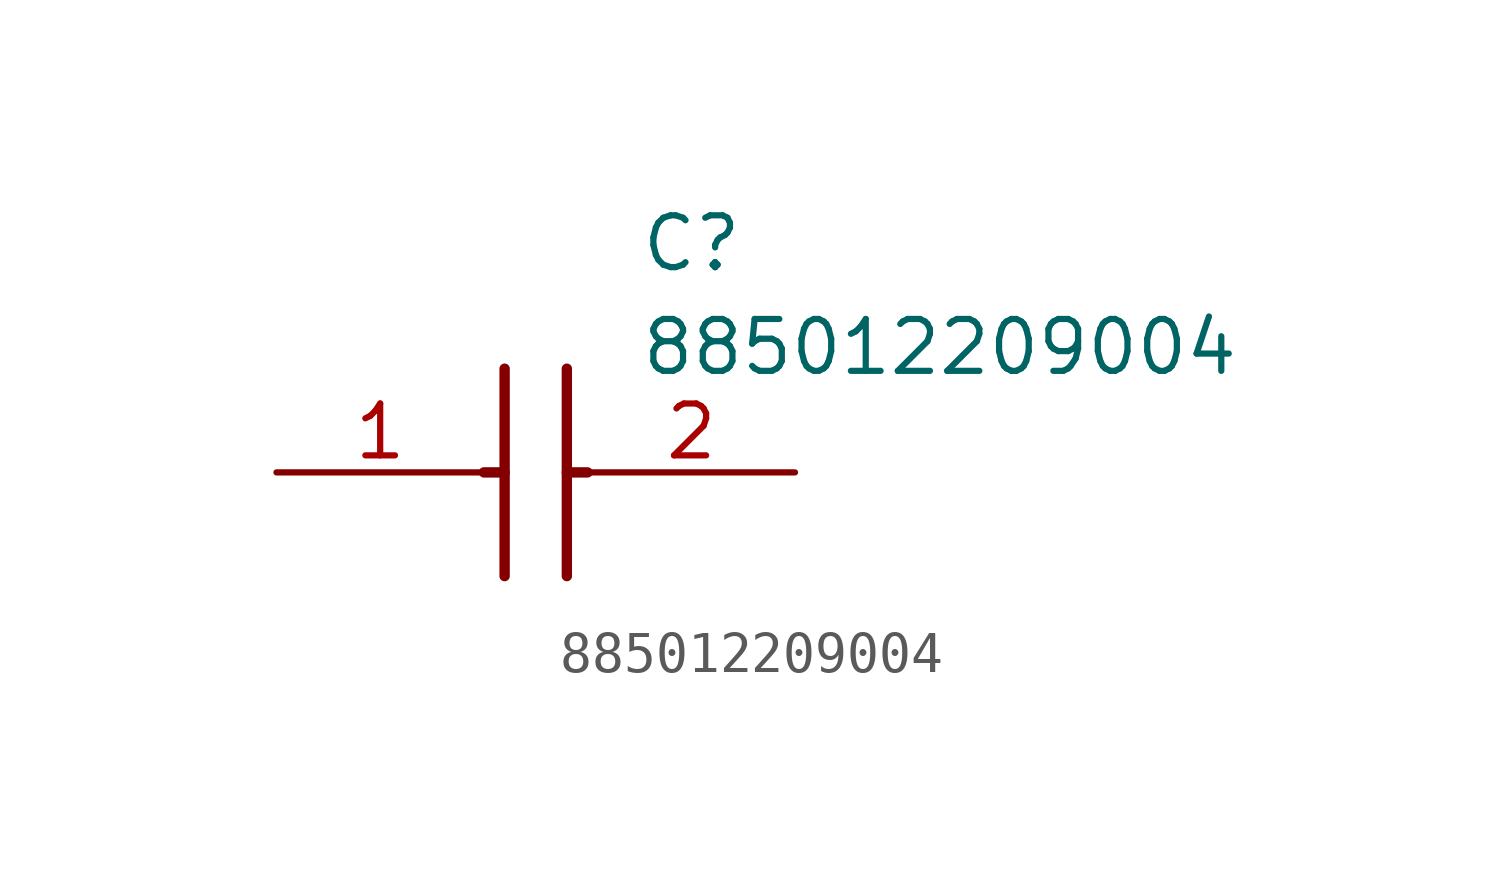
<source format=kicad_sym>
(kicad_symbol_lib
  (version 20211014)
  (generator SamacSys_ECAD_Model)
  (symbol "885012209004"
    (pin_names hide)
    (property "Reference" "C"
      (at 8.89 6.35 0)
      (effects (font (size 1.27 1.27)) (justify left top)))
    (property "Value" "885012209004"
      (at 8.89 3.81 0)
      (effects (font (size 1.27 1.27)) (justify left top)))
    (polyline
      (pts (xy 5.588 2.54) (xy 5.588 -2.54))
      (stroke (width 0.254) (type default))
      (fill (type none)))
    (polyline
      (pts (xy 7.112 2.54) (xy 7.112 -2.54))
      (stroke (width 0.254) (type default))
      (fill (type none)))
    (polyline
      (pts (xy 5.08 0) (xy 5.588 0))
      (stroke (width 0.254) (type default))
      (fill (type none)))
    (polyline
      (pts (xy 7.112 0) (xy 7.62 0))
      (stroke (width 0.254) (type default))
      (fill (type none)))
    (pin passive line
      (at 0 0 0)
      (length 5.08)
      (name "1" (effects (font (size 1.27 1.27))))
      (number "1" (effects (font (size 1.27 1.27)))))
    (pin passive line
      (at 12.7 0 180)
      (length 5.08)
      (name "2" (effects (font (size 1.27 1.27))))
      (number "2" (effects (font (size 1.27 1.27)))))))
</source>
